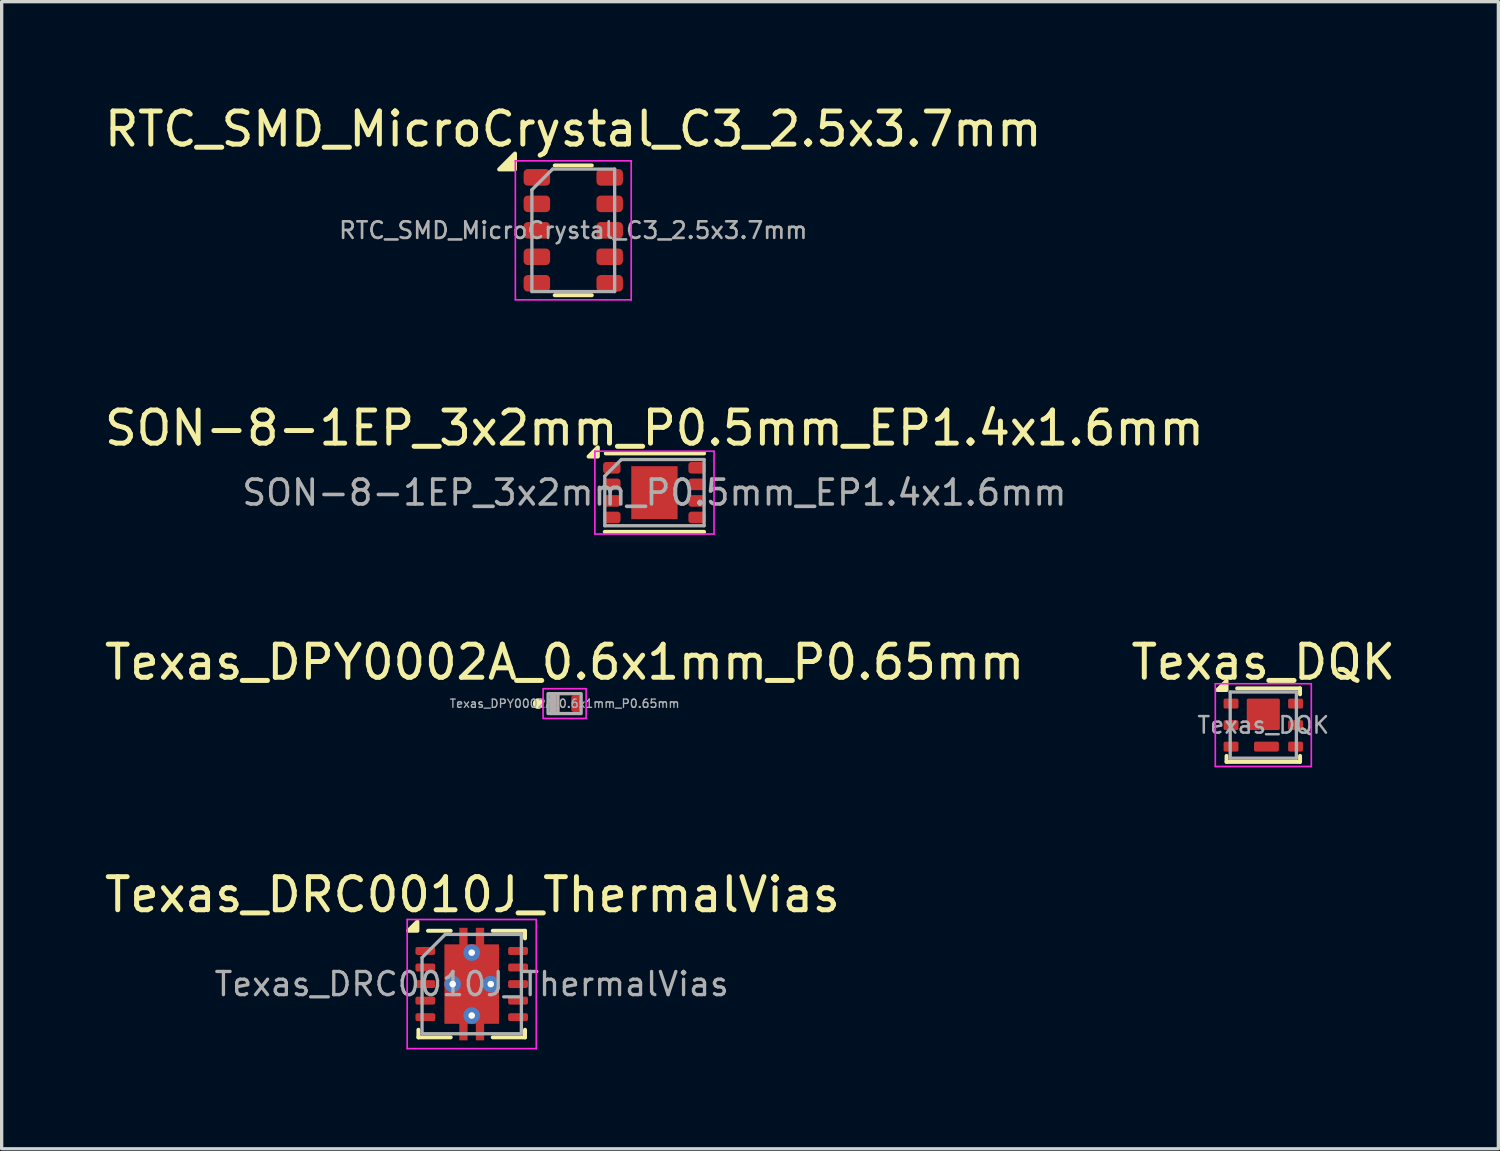
<source format=kicad_pcb>
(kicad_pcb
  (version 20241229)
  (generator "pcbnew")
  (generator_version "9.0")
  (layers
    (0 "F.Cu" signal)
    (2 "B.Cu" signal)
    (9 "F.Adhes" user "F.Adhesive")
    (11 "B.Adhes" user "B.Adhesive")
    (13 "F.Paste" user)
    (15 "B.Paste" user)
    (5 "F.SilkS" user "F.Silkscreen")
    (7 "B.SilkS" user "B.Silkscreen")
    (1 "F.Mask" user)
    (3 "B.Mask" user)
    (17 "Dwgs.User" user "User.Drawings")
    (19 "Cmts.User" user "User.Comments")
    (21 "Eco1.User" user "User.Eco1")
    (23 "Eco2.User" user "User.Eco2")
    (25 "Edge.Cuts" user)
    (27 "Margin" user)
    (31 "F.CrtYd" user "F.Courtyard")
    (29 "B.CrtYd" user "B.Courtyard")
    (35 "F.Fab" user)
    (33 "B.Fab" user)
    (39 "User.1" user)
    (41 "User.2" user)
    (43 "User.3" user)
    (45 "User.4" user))
  (footprint "Texas_DRC0010J_ThermalVias"
    (layer "F.Cu")
    (at 11.2 26.678)
    (property "Reference" "Texas_DRC0010J_ThermalVias" (at 0.02 -2.7 0) (layer "F.SilkS") (effects (font (size 1 1) (thickness 0.15))))
    (attr smd)
    (fp_line (start -1.61 1.38) (end -1.61 1.61) (stroke (width 0.12) (type solid)) (layer "F.SilkS"))
    (fp_line (start -1.61 1.61) (end -0.635 1.61) (stroke (width 0.12) (type solid)) (layer "F.SilkS"))
    (fp_line (start -1.32 -1.61) (end -0.635 -1.61) (stroke (width 0.12) (type solid)) (layer "F.SilkS"))
    (fp_line (start 0.635 -1.61) (end 1.61 -1.61) (stroke (width 0.12) (type solid)) (layer "F.SilkS"))
    (fp_line (start 0.635 1.61) (end 1.61 1.61) (stroke (width 0.12) (type solid)) (layer "F.SilkS"))
    (fp_line (start 1.61 -1.61) (end 1.61 -1.38) (stroke (width 0.12) (type solid)) (layer "F.SilkS"))
    (fp_line (start 1.61 1.38) (end 1.61 1.61) (stroke (width 0.12) (type solid)) (layer "F.SilkS"))
    (fp_poly (pts (xy -1.64 -1.61) (xy -1.92 -1.61) (xy -1.64 -1.89) (xy -1.64 -1.61)) (stroke (width 0.12) (type solid)) (fill yes) (layer "F.SilkS"))
    (fp_line (start -1.95 -1.95) (end -1.95 1.95) (stroke (width 0.05) (type solid)) (layer "F.CrtYd"))
    (fp_line (start -1.95 -1.95) (end 1.95 -1.95) (stroke (width 0.05) (type solid)) (layer "F.CrtYd"))
    (fp_line (start -1.95 1.95) (end 1.95 1.95) (stroke (width 0.05) (type solid)) (layer "F.CrtYd"))
    (fp_line (start 1.95 -1.95) (end 1.95 1.95) (stroke (width 0.05) (type solid)) (layer "F.CrtYd"))
    (fp_line (start -1.5 -0.8) (end -1.5 1.5) (stroke (width 0.1) (type solid)) (layer "F.Fab"))
    (fp_line (start -1.5 -0.8) (end -0.8 -1.5) (stroke (width 0.1) (type solid)) (layer "F.Fab"))
    (fp_line (start -1.5 1.5) (end 1.5 1.5) (stroke (width 0.1) (type solid)) (layer "F.Fab"))
    (fp_line (start -0.8 -1.5) (end 1.5 -1.5) (stroke (width 0.1) (type solid)) (layer "F.Fab"))
    (fp_line (start 1.5 -1.5) (end 1.5 1.5) (stroke (width 0.1) (type solid)) (layer "F.Fab"))
    (fp_text user "${REFERENCE}" (at 0 0 0) (layer "F.Fab") (effects (font (size 0.7 0.7) (thickness 0.1))))
    (pad "" smd roundrect (at -0.25 -1.53) (size 0.25 0.34) (layers "F.Paste") (roundrect_rratio 0.1))
    (pad "" smd roundrect (at -0.25 1.53) (size 0.25 0.34) (layers "F.Paste") (roundrect_rratio 0.1))
    (pad "" smd roundrect (at 0 -0.63) (size 1.5 1.06) (layers "F.Paste") (roundrect_rratio 0.1))
    (pad "" smd roundrect (at 0 0.63) (size 1.5 1.06) (layers "F.Paste") (roundrect_rratio 0.1))
    (pad "" smd roundrect (at 0.25 -1.53) (size 0.25 0.34) (layers "F.Paste") (roundrect_rratio 0.1))
    (pad "" smd roundrect (at 0.25 1.53) (size 0.25 0.34) (layers "F.Paste") (roundrect_rratio 0.1))
    (pad "1" smd roundrect (at -1.4 -1) (size 0.6 0.24) (layers "F.Cu" "F.Mask" "F.Paste") (roundrect_rratio 0.25))
    (pad "2" smd roundrect (at -1.4 -0.5) (size 0.6 0.24) (layers "F.Cu" "F.Mask" "F.Paste") (roundrect_rratio 0.25))
    (pad "3" smd roundrect (at -1.4 0) (size 0.6 0.24) (layers "F.Cu" "F.Mask" "F.Paste") (roundrect_rratio 0.25))
    (pad "4" smd roundrect (at -1.4 0.5) (size 0.6 0.24) (layers "F.Cu" "F.Mask" "F.Paste") (roundrect_rratio 0.25))
    (pad "5" smd roundrect (at -1.4 1) (size 0.6 0.24) (layers "F.Cu" "F.Mask" "F.Paste") (roundrect_rratio 0.25))
    (pad "6" smd roundrect (at 1.4 1) (size 0.6 0.24) (layers "F.Cu" "F.Mask" "F.Paste") (roundrect_rratio 0.25))
    (pad "7" smd roundrect (at 1.4 0.5) (size 0.6 0.24) (layers "F.Cu" "F.Mask" "F.Paste") (roundrect_rratio 0.25))
    (pad "8" smd roundrect (at 1.4 0) (size 0.6 0.24) (layers "F.Cu" "F.Mask" "F.Paste") (roundrect_rratio 0.25))
    (pad "9" smd roundrect (at 1.4 -0.5) (size 0.6 0.24) (layers "F.Cu" "F.Mask" "F.Paste") (roundrect_rratio 0.25))
    (pad "10" smd roundrect (at 1.4 -1) (size 0.6 0.24) (layers "F.Cu" "F.Mask" "F.Paste") (roundrect_rratio 0.25))
    (pad "11" thru_hole circle (at -0.575 0) (size 0.5 0.5) (drill 0.2) (layers "*.Cu"))
    (pad "11" thru_hole circle (at 0 -0.95) (size 0.5 0.5) (drill 0.2) (layers "*.Cu"))
    (pad "11" smd custom (at 0 0) (size 1.65 2.4) (layers "F.Cu" "F.Mask") (options (anchor rect)) (primitives (gr_poly (pts (xy -0.125 -1.1) (xy 0.125 -1.1) (xy 0.125 -1.7) (xy 0.375 -1.7) (xy 0.375 1.7) (xy 0.125 1.7) (xy 0.125 1.1) (xy -0.125 1.1) (xy -0.125 1.7) (xy -0.375 1.7) (xy -0.375 -1.7) (xy -0.125 -1.7)) (width 0) (fill yes))))
    (pad "11" thru_hole circle (at 0 0.95) (size 0.5 0.5) (drill 0.2) (layers "*.Cu"))
    (pad "11" thru_hole circle (at 0.575 0) (size 0.5 0.5) (drill 0.2) (layers "*.Cu")))
  (footprint "Texas_DPY0002A_0.6x1mm_P0.65mm"
    (layer "F.Cu")
    (at 14.006 18.205)
    (property "Reference" "Texas_DPY0002A_0.6x1mm_P0.65mm" (at 0 -1.25 0) (unlocked yes) (layer "F.SilkS") (effects (font (size 1 1) (thickness 0.15))))
    (attr smd)
    (fp_circle (center -0.8 0) (end -0.69 0) (stroke (width 0.1) (type solid)) (fill yes) (layer "F.SilkS"))
    (fp_rect (start -0.65 -0.45) (end 0.65 0.45) (stroke (width 0.05) (type solid)) (fill no) (layer "F.CrtYd"))
    (fp_line (start -0.4 0.3) (end -0.4 -0.3) (stroke (width 0.1) (type solid)) (layer "F.Fab"))
    (fp_line (start -0.3 0.3) (end -0.3 -0.3) (stroke (width 0.1) (type solid)) (layer "F.Fab"))
    (fp_line (start -0.2 0.3) (end -0.2 -0.3) (stroke (width 0.1) (type solid)) (layer "F.Fab"))
    (fp_rect (start -0.5 -0.3) (end 0.5 0.3) (stroke (width 0.1) (type solid)) (fill no) (layer "F.Fab"))
    (fp_text user "${REFERENCE}" (at 0 0 0) (layer "F.Fab") (effects (font (size 0.25 0.25) (thickness 0.04))))
    (pad "1" smd roundrect (at -0.35 0) (size 0.3 0.5) (layers "F.Cu" "F.Mask" "F.Paste") (roundrect_rratio 0.25))
    (pad "2" smd roundrect (at 0.35 0) (size 0.3 0.5) (layers "F.Cu" "F.Mask" "F.Paste") (roundrect_rratio 0.25)))
  (footprint "Texas_DQK"
    (layer "F.Cu")
    (at 35.113 18.855)
    (property "Reference" "Texas_DQK" (at 0 -1.9 0) (layer "F.SilkS") (effects (font (size 1 1) (thickness 0.15))))
    (attr smd)
    (fp_line (start -1.11 0.93) (end -1.11 1.11) (stroke (width 0.12) (type solid)) (layer "F.SilkS"))
    (fp_line (start -1.11 1.11) (end 1.11 1.11) (stroke (width 0.12) (type solid)) (layer "F.SilkS"))
    (fp_line (start -0.79 -1.11) (end 1.11 -1.11) (stroke (width 0.12) (type solid)) (layer "F.SilkS"))
    (fp_line (start 1.11 -1.11) (end 1.11 -0.93) (stroke (width 0.12) (type solid)) (layer "F.SilkS"))
    (fp_line (start 1.11 0.93) (end 1.11 1.11) (stroke (width 0.12) (type solid)) (layer "F.SilkS"))
    (fp_poly (pts (xy -1.11 -1.06) (xy -1.39 -1.06) (xy -1.11 -1.34) (xy -1.11 -1.06)) (stroke (width 0.12) (type solid)) (fill yes) (layer "F.SilkS"))
    (fp_line (start -1.45 -1.25) (end -1.45 1.25) (stroke (width 0.05) (type solid)) (layer "F.CrtYd"))
    (fp_line (start -1.45 -1.25) (end 1.45 -1.25) (stroke (width 0.05) (type solid)) (layer "F.CrtYd"))
    (fp_line (start -1.45 1.25) (end 1.45 1.25) (stroke (width 0.05) (type solid)) (layer "F.CrtYd"))
    (fp_line (start 1.45 -1.25) (end 1.45 1.25) (stroke (width 0.05) (type solid)) (layer "F.CrtYd"))
    (fp_line (start -1 -1) (end -1 1) (stroke (width 0.1) (type solid)) (layer "F.Fab"))
    (fp_line (start -1 -1) (end 1 -1) (stroke (width 0.1) (type solid)) (layer "F.Fab"))
    (fp_line (start -1 1) (end 1 1) (stroke (width 0.1) (type solid)) (layer "F.Fab"))
    (fp_line (start 1 -1) (end 1 1) (stroke (width 0.1) (type solid)) (layer "F.Fab"))
    (fp_text user "${REFERENCE}" (at 0 0 0) (layer "F.Fab") (effects (font (size 0.5 0.5) (thickness 0.075))))
    (pad "" smd roundrect (at 0 -0.325) (size 0.9 0.86) (layers "F.Paste") (roundrect_rratio 0.058))
    (pad "" smd roundrect (at 0.095 0.65) (size 0.7 0.29) (layers "F.Paste") (roundrect_rratio 0.172))
    (pad "1" smd roundrect (at -0.975 -0.65) (size 0.45 0.3) (layers "F.Cu" "F.Mask" "F.Paste") (roundrect_rratio 0.167))
    (pad "2" smd roundrect (at -0.975 0) (size 0.45 0.3) (layers "F.Cu" "F.Mask" "F.Paste") (roundrect_rratio 0.167))
    (pad "3" smd roundrect (at -0.975 0.65) (size 0.45 0.3) (layers "F.Cu" "F.Mask" "F.Paste") (roundrect_rratio 0.167))
    (pad "4" smd roundrect (at 0.975 0.65) (size 0.45 0.3) (layers "F.Cu" "F.Mask" "F.Paste") (roundrect_rratio 0.167))
    (pad "5" smd roundrect (at 0.975 0) (size 0.45 0.3) (layers "F.Cu" "F.Mask" "F.Paste") (roundrect_rratio 0.167))
    (pad "6" smd roundrect (at 0.975 -0.65) (size 0.45 0.3) (layers "F.Cu" "F.Mask" "F.Paste") (roundrect_rratio 0.167))
    (pad "7" smd roundrect (at 0.095 0.65) (size 0.75 0.3) (layers "F.Cu" "F.Mask") (roundrect_rratio 0.167))
    (pad "8" smd roundrect (at 0 -0.325) (size 1 0.95) (layers "F.Cu" "F.Mask") (roundrect_rratio 0.053)))
  (footprint "SON-8-1EP_3x2mm_P0.5mm_EP1.4x1.6mm"
    (layer "F.Cu")
    (at 16.72 11.832)
    (property "Reference" "SON-8-1EP_3x2mm_P0.5mm_EP1.4x1.6mm" (at 0 -1.95 0) (layer "F.SilkS") (effects (font (size 1 1) (thickness 0.15))))
    (attr smd)
    (fp_line (start -1.5 1.185) (end 1.5 1.185) (stroke (width 0.12) (type solid)) (layer "F.SilkS"))
    (fp_line (start -1.47 -1.185) (end 1.5 -1.185) (stroke (width 0.12) (type solid)) (layer "F.SilkS"))
    (fp_poly (pts (xy -1.71 -1.09) (xy -1.99 -1.09) (xy -1.71 -1.37) (xy -1.71 -1.09)) (stroke (width 0.12) (type solid)) (fill yes) (layer "F.SilkS"))
    (fp_line (start -1.8 -1.25) (end -1.8 1.25) (stroke (width 0.05) (type solid)) (layer "F.CrtYd"))
    (fp_line (start -1.8 1.25) (end 1.8 1.25) (stroke (width 0.05) (type solid)) (layer "F.CrtYd"))
    (fp_line (start 1.8 -1.25) (end -1.8 -1.25) (stroke (width 0.05) (type solid)) (layer "F.CrtYd"))
    (fp_line (start 1.8 1.25) (end 1.8 -1.25) (stroke (width 0.05) (type solid)) (layer "F.CrtYd"))
    (fp_line (start -1.5 -0.5) (end -1 -1) (stroke (width 0.1) (type solid)) (layer "F.Fab"))
    (fp_line (start -1.5 1) (end -1.5 -0.5) (stroke (width 0.1) (type solid)) (layer "F.Fab"))
    (fp_line (start -1 -1) (end 1.5 -1) (stroke (width 0.1) (type solid)) (layer "F.Fab"))
    (fp_line (start 1.5 -1) (end 1.5 1) (stroke (width 0.1) (type solid)) (layer "F.Fab"))
    (fp_line (start 1.5 1) (end -1.5 1) (stroke (width 0.1) (type solid)) (layer "F.Fab"))
    (fp_text user "${REFERENCE}" (at 0 0 0) (layer "F.Fab") (effects (font (size 0.75 0.75) (thickness 0.11))))
    (pad "" smd roundrect (at -0.35 -0.4) (size 0.56 0.64) (layers "F.Paste") (roundrect_rratio 0.25))
    (pad "" smd roundrect (at -0.35 0.4) (size 0.56 0.64) (layers "F.Paste") (roundrect_rratio 0.25))
    (pad "" smd roundrect (at 0.35 -0.4) (size 0.56 0.64) (layers "F.Paste") (roundrect_rratio 0.25))
    (pad "" smd roundrect (at 0.35 0.4) (size 0.56 0.64) (layers "F.Paste") (roundrect_rratio 0.25))
    (pad "1" smd roundrect (at -1.288 -0.75) (size 0.525 0.35) (layers "F.Cu" "F.Mask" "F.Paste") (roundrect_rratio 0.25))
    (pad "2" smd roundrect (at -1.288 -0.25) (size 0.525 0.35) (layers "F.Cu" "F.Mask" "F.Paste") (roundrect_rratio 0.25))
    (pad "3" smd roundrect (at -1.288 0.25) (size 0.525 0.35) (layers "F.Cu" "F.Mask" "F.Paste") (roundrect_rratio 0.25))
    (pad "4" smd roundrect (at -1.288 0.75) (size 0.525 0.35) (layers "F.Cu" "F.Mask" "F.Paste") (roundrect_rratio 0.25))
    (pad "5" smd roundrect (at 1.288 0.75) (size 0.525 0.35) (layers "F.Cu" "F.Mask" "F.Paste") (roundrect_rratio 0.25))
    (pad "6" smd roundrect (at 1.288 0.25) (size 0.525 0.35) (layers "F.Cu" "F.Mask" "F.Paste") (roundrect_rratio 0.25))
    (pad "7" smd roundrect (at 1.288 -0.25) (size 0.525 0.35) (layers "F.Cu" "F.Mask" "F.Paste") (roundrect_rratio 0.25))
    (pad "8" smd roundrect (at 1.288 -0.75) (size 0.525 0.35) (layers "F.Cu" "F.Mask" "F.Paste") (roundrect_rratio 0.25))
    (pad "9" smd rect (at 0 0) (size 1.4 1.6) (property pad_prop_heatsink) (layers "F.Cu" "F.Mask")))
  (footprint "RTC_SMD_MicroCrystal_C3_2.5x3.7mm"
    (layer "F.Cu")
    (at 14.268 3.908)
    (property "Reference" "RTC_SMD_MicroCrystal_C3_2.5x3.7mm" (at 0 -3.06 0) (layer "F.SilkS") (effects (font (size 1 1) (thickness 0.15))))
    (attr smd)
    (fp_line (start -0.56 -1.96) (end 0.56 -1.96) (stroke (width 0.12) (type solid)) (layer "F.SilkS"))
    (fp_line (start -0.56 1.96) (end 0.56 1.96) (stroke (width 0.12) (type solid)) (layer "F.SilkS"))
    (fp_poly (pts (xy -1.76 -1.84) (xy -2.24 -1.84) (xy -1.76 -2.32) (xy -1.76 -1.84)) (stroke (width 0.12) (type solid)) (fill yes) (layer "F.SilkS"))
    (fp_line (start -1.75 -2.1) (end -1.75 2.1) (stroke (width 0.05) (type solid)) (layer "F.CrtYd"))
    (fp_line (start -1.75 -2.1) (end 1.75 -2.1) (stroke (width 0.05) (type solid)) (layer "F.CrtYd"))
    (fp_line (start -1.75 2.1) (end 1.75 2.1) (stroke (width 0.05) (type solid)) (layer "F.CrtYd"))
    (fp_line (start 1.75 -2.1) (end 1.75 2.1) (stroke (width 0.05) (type solid)) (layer "F.CrtYd"))
    (fp_line (start -1.25 -1.225) (end -1.25 1.85) (stroke (width 0.1) (type solid)) (layer "F.Fab"))
    (fp_line (start -1.25 1.85) (end 1.25 1.85) (stroke (width 0.1) (type solid)) (layer "F.Fab"))
    (fp_line (start -0.625 -1.85) (end -1.25 -1.225) (stroke (width 0.1) (type solid)) (layer "F.Fab"))
    (fp_line (start -0.625 -1.85) (end 1.25 -1.85) (stroke (width 0.1) (type solid)) (layer "F.Fab"))
    (fp_line (start 1.25 -1.85) (end 1.25 1.85) (stroke (width 0.1) (type solid)) (layer "F.Fab"))
    (fp_text user "${REFERENCE}" (at 0 0 0) (layer "F.Fab") (effects (font (size 0.5 0.5) (thickness 0.08))))
    (pad "1" smd roundrect (at -1.1 -1.6) (size 0.8 0.5) (layers "F.Cu" "F.Mask" "F.Paste") (roundrect_rratio 0.25))
    (pad "2" smd roundrect (at -1.1 -0.8) (size 0.8 0.5) (layers "F.Cu" "F.Mask" "F.Paste") (roundrect_rratio 0.25))
    (pad "3" smd roundrect (at -1.1 0) (size 0.8 0.5) (layers "F.Cu" "F.Mask" "F.Paste") (roundrect_rratio 0.25))
    (pad "4" smd roundrect (at -1.1 0.8) (size 0.8 0.5) (layers "F.Cu" "F.Mask" "F.Paste") (roundrect_rratio 0.25))
    (pad "5" smd roundrect (at -1.1 1.6) (size 0.8 0.5) (layers "F.Cu" "F.Mask" "F.Paste") (roundrect_rratio 0.25))
    (pad "6" smd roundrect (at 1.1 1.6) (size 0.8 0.5) (layers "F.Cu" "F.Mask" "F.Paste") (roundrect_rratio 0.25))
    (pad "7" smd roundrect (at 1.1 0.8) (size 0.8 0.5) (layers "F.Cu" "F.Mask" "F.Paste") (roundrect_rratio 0.25))
    (pad "8" smd roundrect (at 1.1 0) (size 0.8 0.5) (layers "F.Cu" "F.Mask" "F.Paste") (roundrect_rratio 0.25))
    (pad "9" smd roundrect (at 1.1 -0.8) (size 0.8 0.5) (layers "F.Cu" "F.Mask" "F.Paste") (roundrect_rratio 0.25))
    (pad "10" smd roundrect (at 1.1 -1.6) (size 0.8 0.5) (layers "F.Cu" "F.Mask" "F.Paste") (roundrect_rratio 0.25)))
  (gr_rect
    (start -3 -3)
    (end 42.214 31.653)
    (stroke (width 0.1) (type default))
    (fill no)
    (layer "Edge.Cuts")))
</source>
